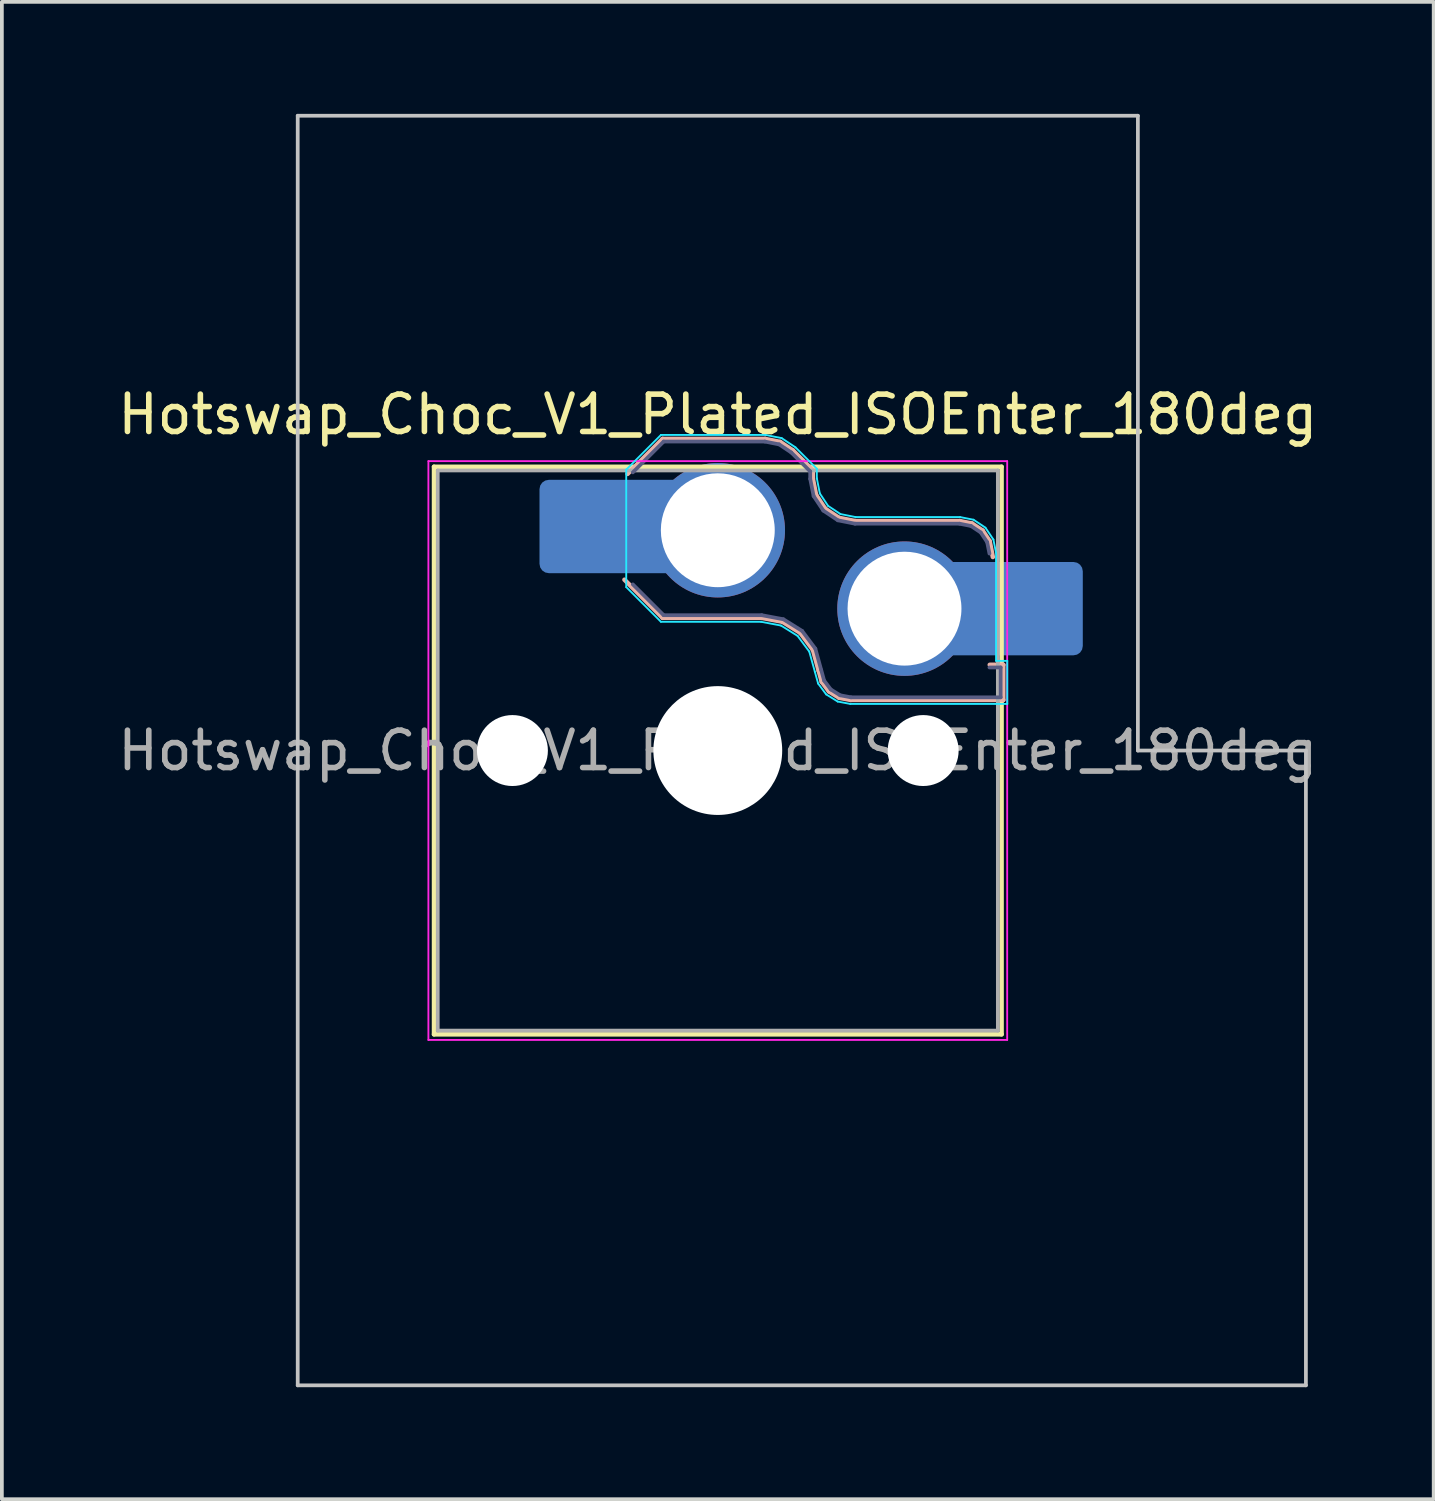
<source format=kicad_pcb>
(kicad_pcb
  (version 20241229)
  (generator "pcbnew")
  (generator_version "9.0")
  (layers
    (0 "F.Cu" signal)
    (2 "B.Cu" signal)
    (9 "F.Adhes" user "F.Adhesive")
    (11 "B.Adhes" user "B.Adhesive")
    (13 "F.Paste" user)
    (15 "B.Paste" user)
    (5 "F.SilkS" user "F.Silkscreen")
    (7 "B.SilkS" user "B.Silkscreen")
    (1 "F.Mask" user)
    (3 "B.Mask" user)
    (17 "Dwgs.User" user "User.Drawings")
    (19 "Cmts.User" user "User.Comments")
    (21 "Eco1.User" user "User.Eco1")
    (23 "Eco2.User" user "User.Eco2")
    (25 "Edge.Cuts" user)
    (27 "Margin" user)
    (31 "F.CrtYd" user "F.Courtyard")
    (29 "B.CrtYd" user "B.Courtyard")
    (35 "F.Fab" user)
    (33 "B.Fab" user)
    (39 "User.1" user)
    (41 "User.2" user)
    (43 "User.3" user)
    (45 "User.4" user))
  (footprint "Hotswap_Choc_V1_Plated_ISOEnter_180deg"
    (layer "F.Cu")
    (at 16.173 17.05)
    (property "Reference" "Hotswap_Choc_V1_Plated_ISOEnter_180deg" (at 0 -9 0) (layer "F.SilkS") (effects (font (size 1 1) (thickness 0.15))))
    (attr smd allow_soldermask_bridges)
    (fp_line (start -7.6 -7.6) (end -7.6 7.6) (stroke (width 0.12) (type solid)) (layer "F.SilkS"))
    (fp_line (start -7.6 7.6) (end 7.6 7.6) (stroke (width 0.12) (type solid)) (layer "F.SilkS"))
    (fp_line (start 7.6 -7.6) (end -7.6 -7.6) (stroke (width 0.12) (type solid)) (layer "F.SilkS"))
    (fp_line (start 7.6 7.6) (end 7.6 -7.6) (stroke (width 0.12) (type solid)) (layer "F.SilkS"))
    (fp_line (start -2.416 -7.409) (end -1.479 -8.346) (stroke (width 0.12) (type solid)) (layer "B.SilkS"))
    (fp_line (start -1.479 -8.346) (end 1.268 -8.346) (stroke (width 0.12) (type solid)) (layer "B.SilkS"))
    (fp_line (start -1.479 -3.554) (end -2.5 -4.575) (stroke (width 0.12) (type solid)) (layer "B.SilkS"))
    (fp_line (start 1.168 -3.554) (end -1.479 -3.554) (stroke (width 0.12) (type solid)) (layer "B.SilkS"))
    (fp_line (start 1.268 -8.346) (end 1.671 -8.266) (stroke (width 0.12) (type solid)) (layer "B.SilkS"))
    (fp_line (start 1.671 -8.266) (end 2.013 -8.037) (stroke (width 0.12) (type solid)) (layer "B.SilkS"))
    (fp_line (start 1.73 -3.449) (end 1.168 -3.554) (stroke (width 0.12) (type solid)) (layer "B.SilkS"))
    (fp_line (start 2.013 -8.037) (end 2.546 -7.504) (stroke (width 0.12) (type solid)) (layer "B.SilkS"))
    (fp_line (start 2.209 -3.15) (end 1.73 -3.449) (stroke (width 0.12) (type solid)) (layer "B.SilkS"))
    (fp_line (start 2.546 -7.504) (end 2.546 -7.282) (stroke (width 0.12) (type solid)) (layer "B.SilkS"))
    (fp_line (start 2.546 -7.282) (end 2.633 -6.844) (stroke (width 0.12) (type solid)) (layer "B.SilkS"))
    (fp_line (start 2.547 -2.697) (end 2.209 -3.15) (stroke (width 0.12) (type solid)) (layer "B.SilkS"))
    (fp_line (start 2.633 -6.844) (end 2.877 -6.477) (stroke (width 0.12) (type solid)) (layer "B.SilkS"))
    (fp_line (start 2.701 -2.139) (end 2.547 -2.697) (stroke (width 0.12) (type solid)) (layer "B.SilkS"))
    (fp_line (start 2.783 -1.841) (end 2.701 -2.139) (stroke (width 0.12) (type solid)) (layer "B.SilkS"))
    (fp_line (start 2.877 -6.477) (end 3.244 -6.233) (stroke (width 0.12) (type solid)) (layer "B.SilkS"))
    (fp_line (start 2.976 -1.583) (end 2.783 -1.841) (stroke (width 0.12) (type solid)) (layer "B.SilkS"))
    (fp_line (start 3.244 -6.233) (end 3.682 -6.146) (stroke (width 0.12) (type solid)) (layer "B.SilkS"))
    (fp_line (start 3.25 -1.413) (end 2.976 -1.583) (stroke (width 0.12) (type solid)) (layer "B.SilkS"))
    (fp_line (start 3.56 -1.354) (end 3.25 -1.413) (stroke (width 0.12) (type solid)) (layer "B.SilkS"))
    (fp_line (start 3.682 -6.146) (end 6.482 -6.146) (stroke (width 0.12) (type solid)) (layer "B.SilkS"))
    (fp_line (start 6.482 -6.146) (end 6.809 -6.081) (stroke (width 0.12) (type solid)) (layer "B.SilkS"))
    (fp_line (start 6.809 -6.081) (end 7.092 -5.892) (stroke (width 0.12) (type solid)) (layer "B.SilkS"))
    (fp_line (start 7.092 -5.892) (end 7.281 -5.609) (stroke (width 0.12) (type solid)) (layer "B.SilkS"))
    (fp_line (start 7.281 -5.609) (end 7.366 -5.182) (stroke (width 0.12) (type solid)) (layer "B.SilkS"))
    (fp_line (start 7.283 -2.296) (end 7.646 -2.296) (stroke (width 0.12) (type solid)) (layer "B.SilkS"))
    (fp_line (start 7.646 -2.296) (end 7.646 -1.354) (stroke (width 0.12) (type solid)) (layer "B.SilkS"))
    (fp_line (start 7.646 -1.354) (end 3.56 -1.354) (stroke (width 0.12) (type solid)) (layer "B.SilkS"))
    (fp_line (start -11.25 -17) (end -11.25 17) (stroke (width 0.1) (type solid)) (layer "Dwgs.User"))
    (fp_line (start -11.25 17) (end 15.75 17) (stroke (width 0.1) (type solid)) (layer "Dwgs.User"))
    (fp_line (start 11.25 -17) (end -11.25 -17) (stroke (width 0.1) (type solid)) (layer "Dwgs.User"))
    (fp_line (start 11.25 0) (end 11.25 -17) (stroke (width 0.1) (type solid)) (layer "Dwgs.User"))
    (fp_line (start 15.75 0) (end 11.25 0) (stroke (width 0.1) (type solid)) (layer "Dwgs.User"))
    (fp_line (start 15.75 17) (end 15.75 0) (stroke (width 0.1) (type solid)) (layer "Dwgs.User"))
    (fp_line (start -7.25 -7.25) (end -7.25 7.25) (stroke (width 0.1) (type solid)) (layer "Eco1.User"))
    (fp_line (start -7.25 7.25) (end 7.25 7.25) (stroke (width 0.1) (type solid)) (layer "Eco1.User"))
    (fp_line (start 7.25 -7.25) (end -7.25 -7.25) (stroke (width 0.1) (type solid)) (layer "Eco1.User"))
    (fp_line (start 7.25 7.25) (end 7.25 -7.25) (stroke (width 0.1) (type solid)) (layer "Eco1.User"))
    (fp_line (start -2.452 -7.523) (end -1.523 -8.452) (stroke (width 0.05) (type solid)) (layer "B.CrtYd"))
    (fp_line (start -2.452 -4.377) (end -2.452 -7.523) (stroke (width 0.05) (type solid)) (layer "B.CrtYd"))
    (fp_line (start -1.523 -8.452) (end 1.278 -8.452) (stroke (width 0.05) (type solid)) (layer "B.CrtYd"))
    (fp_line (start -1.523 -3.448) (end -2.452 -4.377) (stroke (width 0.05) (type solid)) (layer "B.CrtYd"))
    (fp_line (start 1.159 -3.448) (end -1.523 -3.448) (stroke (width 0.05) (type solid)) (layer "B.CrtYd"))
    (fp_line (start 1.278 -8.452) (end 1.712 -8.366) (stroke (width 0.05) (type solid)) (layer "B.CrtYd"))
    (fp_line (start 1.691 -3.348) (end 1.159 -3.448) (stroke (width 0.05) (type solid)) (layer "B.CrtYd"))
    (fp_line (start 1.712 -8.366) (end 2.081 -8.119) (stroke (width 0.05) (type solid)) (layer "B.CrtYd"))
    (fp_line (start 2.081 -8.119) (end 2.652 -7.548) (stroke (width 0.05) (type solid)) (layer "B.CrtYd"))
    (fp_line (start 2.136 -3.071) (end 1.691 -3.348) (stroke (width 0.05) (type solid)) (layer "B.CrtYd"))
    (fp_line (start 2.45 -2.65) (end 2.136 -3.071) (stroke (width 0.05) (type solid)) (layer "B.CrtYd"))
    (fp_line (start 2.599 -2.111) (end 2.45 -2.65) (stroke (width 0.05) (type solid)) (layer "B.CrtYd"))
    (fp_line (start 2.652 -7.548) (end 2.652 -7.292) (stroke (width 0.05) (type solid)) (layer "B.CrtYd"))
    (fp_line (start 2.652 -7.292) (end 2.733 -6.885) (stroke (width 0.05) (type solid)) (layer "B.CrtYd"))
    (fp_line (start 2.687 -1.794) (end 2.599 -2.111) (stroke (width 0.05) (type solid)) (layer "B.CrtYd"))
    (fp_line (start 2.733 -6.885) (end 2.953 -6.553) (stroke (width 0.05) (type solid)) (layer "B.CrtYd"))
    (fp_line (start 2.903 -1.503) (end 2.687 -1.794) (stroke (width 0.05) (type solid)) (layer "B.CrtYd"))
    (fp_line (start 2.953 -6.553) (end 3.285 -6.333) (stroke (width 0.05) (type solid)) (layer "B.CrtYd"))
    (fp_line (start 3.211 -1.312) (end 2.903 -1.503) (stroke (width 0.05) (type solid)) (layer "B.CrtYd"))
    (fp_line (start 3.285 -6.333) (end 3.692 -6.252) (stroke (width 0.05) (type solid)) (layer "B.CrtYd"))
    (fp_line (start 3.55 -1.248) (end 3.211 -1.312) (stroke (width 0.05) (type solid)) (layer "B.CrtYd"))
    (fp_line (start 3.692 -6.252) (end 6.492 -6.252) (stroke (width 0.05) (type solid)) (layer "B.CrtYd"))
    (fp_line (start 6.492 -6.252) (end 6.85 -6.181) (stroke (width 0.05) (type solid)) (layer "B.CrtYd"))
    (fp_line (start 6.85 -6.181) (end 7.168 -5.968) (stroke (width 0.05) (type solid)) (layer "B.CrtYd"))
    (fp_line (start 7.168 -5.968) (end 7.381 -5.65) (stroke (width 0.05) (type solid)) (layer "B.CrtYd"))
    (fp_line (start 7.381 -5.65) (end 7.452 -5.292) (stroke (width 0.05) (type solid)) (layer "B.CrtYd"))
    (fp_line (start 7.452 -5.292) (end 7.452 -2.402) (stroke (width 0.05) (type solid)) (layer "B.CrtYd"))
    (fp_line (start 7.452 -2.402) (end 7.752 -2.402) (stroke (width 0.05) (type solid)) (layer "B.CrtYd"))
    (fp_line (start 7.752 -2.402) (end 7.752 -1.248) (stroke (width 0.05) (type solid)) (layer "B.CrtYd"))
    (fp_line (start 7.752 -1.248) (end 3.55 -1.248) (stroke (width 0.05) (type solid)) (layer "B.CrtYd"))
    (fp_line (start -7.75 -7.75) (end -7.75 7.75) (stroke (width 0.05) (type solid)) (layer "F.CrtYd"))
    (fp_line (start -7.75 7.75) (end 7.75 7.75) (stroke (width 0.05) (type solid)) (layer "F.CrtYd"))
    (fp_line (start 7.75 -7.75) (end -7.75 -7.75) (stroke (width 0.05) (type solid)) (layer "F.CrtYd"))
    (fp_line (start 7.75 7.75) (end 7.75 -7.75) (stroke (width 0.05) (type solid)) (layer "F.CrtYd"))
    (fp_line (start -2.275 -7.45) (end -1.45 -8.275) (stroke (width 0.1) (type solid)) (layer "B.Fab"))
    (fp_line (start -1.45 -8.275) (end 1.261 -8.275) (stroke (width 0.1) (type solid)) (layer "B.Fab"))
    (fp_line (start -1.45 -3.625) (end -2.275 -4.45) (stroke (width 0.1) (type solid)) (layer "B.Fab"))
    (fp_line (start 1.175 -3.625) (end -1.45 -3.625) (stroke (width 0.1) (type solid)) (layer "B.Fab"))
    (fp_line (start 1.261 -8.275) (end 1.643 -8.199) (stroke (width 0.1) (type solid)) (layer "B.Fab"))
    (fp_line (start 1.643 -8.199) (end 1.968 -7.982) (stroke (width 0.1) (type solid)) (layer "B.Fab"))
    (fp_line (start 1.756 -3.516) (end 1.175 -3.625) (stroke (width 0.1) (type solid)) (layer "B.Fab"))
    (fp_line (start 1.968 -7.982) (end 2.475 -7.475) (stroke (width 0.1) (type solid)) (layer "B.Fab"))
    (fp_line (start 2.258 -3.203) (end 1.756 -3.516) (stroke (width 0.1) (type solid)) (layer "B.Fab"))
    (fp_line (start 2.475 -7.475) (end 2.475 -7.275) (stroke (width 0.1) (type solid)) (layer "B.Fab"))
    (fp_line (start 2.475 -7.275) (end 2.566 -6.816) (stroke (width 0.1) (type solid)) (layer "B.Fab"))
    (fp_line (start 2.566 -6.816) (end 2.826 -6.426) (stroke (width 0.1) (type solid)) (layer "B.Fab"))
    (fp_line (start 2.612 -2.729) (end 2.258 -3.203) (stroke (width 0.1) (type solid)) (layer "B.Fab"))
    (fp_line (start 2.769 -2.158) (end 2.612 -2.729) (stroke (width 0.1) (type solid)) (layer "B.Fab"))
    (fp_line (start 2.826 -6.426) (end 3.216 -6.166) (stroke (width 0.1) (type solid)) (layer "B.Fab"))
    (fp_line (start 2.848 -1.873) (end 2.769 -2.158) (stroke (width 0.1) (type solid)) (layer "B.Fab"))
    (fp_line (start 3.025 -1.636) (end 2.848 -1.873) (stroke (width 0.1) (type solid)) (layer "B.Fab"))
    (fp_line (start 3.216 -6.166) (end 3.675 -6.075) (stroke (width 0.1) (type solid)) (layer "B.Fab"))
    (fp_line (start 3.276 -1.48) (end 3.025 -1.636) (stroke (width 0.1) (type solid)) (layer "B.Fab"))
    (fp_line (start 3.567 -1.425) (end 3.276 -1.48) (stroke (width 0.1) (type solid)) (layer "B.Fab"))
    (fp_line (start 3.675 -6.075) (end 6.475 -6.075) (stroke (width 0.1) (type solid)) (layer "B.Fab"))
    (fp_line (start 6.475 -6.075) (end 6.781 -6.014) (stroke (width 0.1) (type solid)) (layer "B.Fab"))
    (fp_line (start 6.781 -6.014) (end 7.041 -5.841) (stroke (width 0.1) (type solid)) (layer "B.Fab"))
    (fp_line (start 7.041 -5.841) (end 7.214 -5.581) (stroke (width 0.1) (type solid)) (layer "B.Fab"))
    (fp_line (start 7.214 -5.581) (end 7.275 -5.275) (stroke (width 0.1) (type solid)) (layer "B.Fab"))
    (fp_line (start 7.275 -2.225) (end 7.575 -2.225) (stroke (width 0.1) (type solid)) (layer "B.Fab"))
    (fp_line (start 7.575 -2.225) (end 7.575 -1.425) (stroke (width 0.1) (type solid)) (layer "B.Fab"))
    (fp_line (start 7.575 -1.425) (end 3.567 -1.425) (stroke (width 0.1) (type solid)) (layer "B.Fab"))
    (fp_line (start -7.5 -7.5) (end -7.5 7.5) (stroke (width 0.1) (type solid)) (layer "F.Fab"))
    (fp_line (start -7.5 7.5) (end 7.5 7.5) (stroke (width 0.1) (type solid)) (layer "F.Fab"))
    (fp_line (start 7.5 -7.5) (end -7.5 -7.5) (stroke (width 0.1) (type solid)) (layer "F.Fab"))
    (fp_line (start 7.5 7.5) (end 7.5 -7.5) (stroke (width 0.1) (type solid)) (layer "F.Fab"))
    (fp_text user "${REFERENCE}" (at 0 0 0) (layer "F.Fab") (effects (font (size 1 1) (thickness 0.15))))
    (pad "" np_thru_hole circle (at -5.5 0) (size 1.9 1.9) (drill 1.9) (layers "*.Cu" "*.Mask"))
    (pad "" smd roundrect (at -3.5 -6) (size 2.55 2.5) (layers "B.Mask" "B.Paste") (roundrect_rratio 0.1))
    (pad "" np_thru_hole circle (at 0 0) (size 3.45 3.45) (drill 3.45) (layers "*.Cu" "*.Mask"))
    (pad "" np_thru_hole circle (at 5.5 0) (size 1.9 1.9) (drill 1.9) (layers "*.Cu" "*.Mask"))
    (pad "" smd roundrect (at 8.5 -3.8) (size 2.55 2.5) (layers "B.Mask" "B.Paste") (roundrect_rratio 0.1))
    (pad "1" smd roundrect (at -2.85 -6) (size 3.85 2.5) (layers "B.Cu") (roundrect_rratio 0.1))
    (pad "1" thru_hole circle (at 0 -5.9) (size 3.6 3.6) (drill 3.05) (layers "*.Cu" "*.Mask"))
    (pad "2" thru_hole circle (at 5 -3.8) (size 3.6 3.6) (drill 3.05) (layers "*.Cu" "*.Mask"))
    (pad "2" smd roundrect (at 7.85 -3.8) (size 3.85 2.5) (layers "B.Cu") (roundrect_rratio 0.1)))
  (gr_rect
    (start -3 -3)
    (end 35.345 37.1)
    (stroke (width 0.1) (type default))
    (fill no)
    (layer "Edge.Cuts")))
</source>
